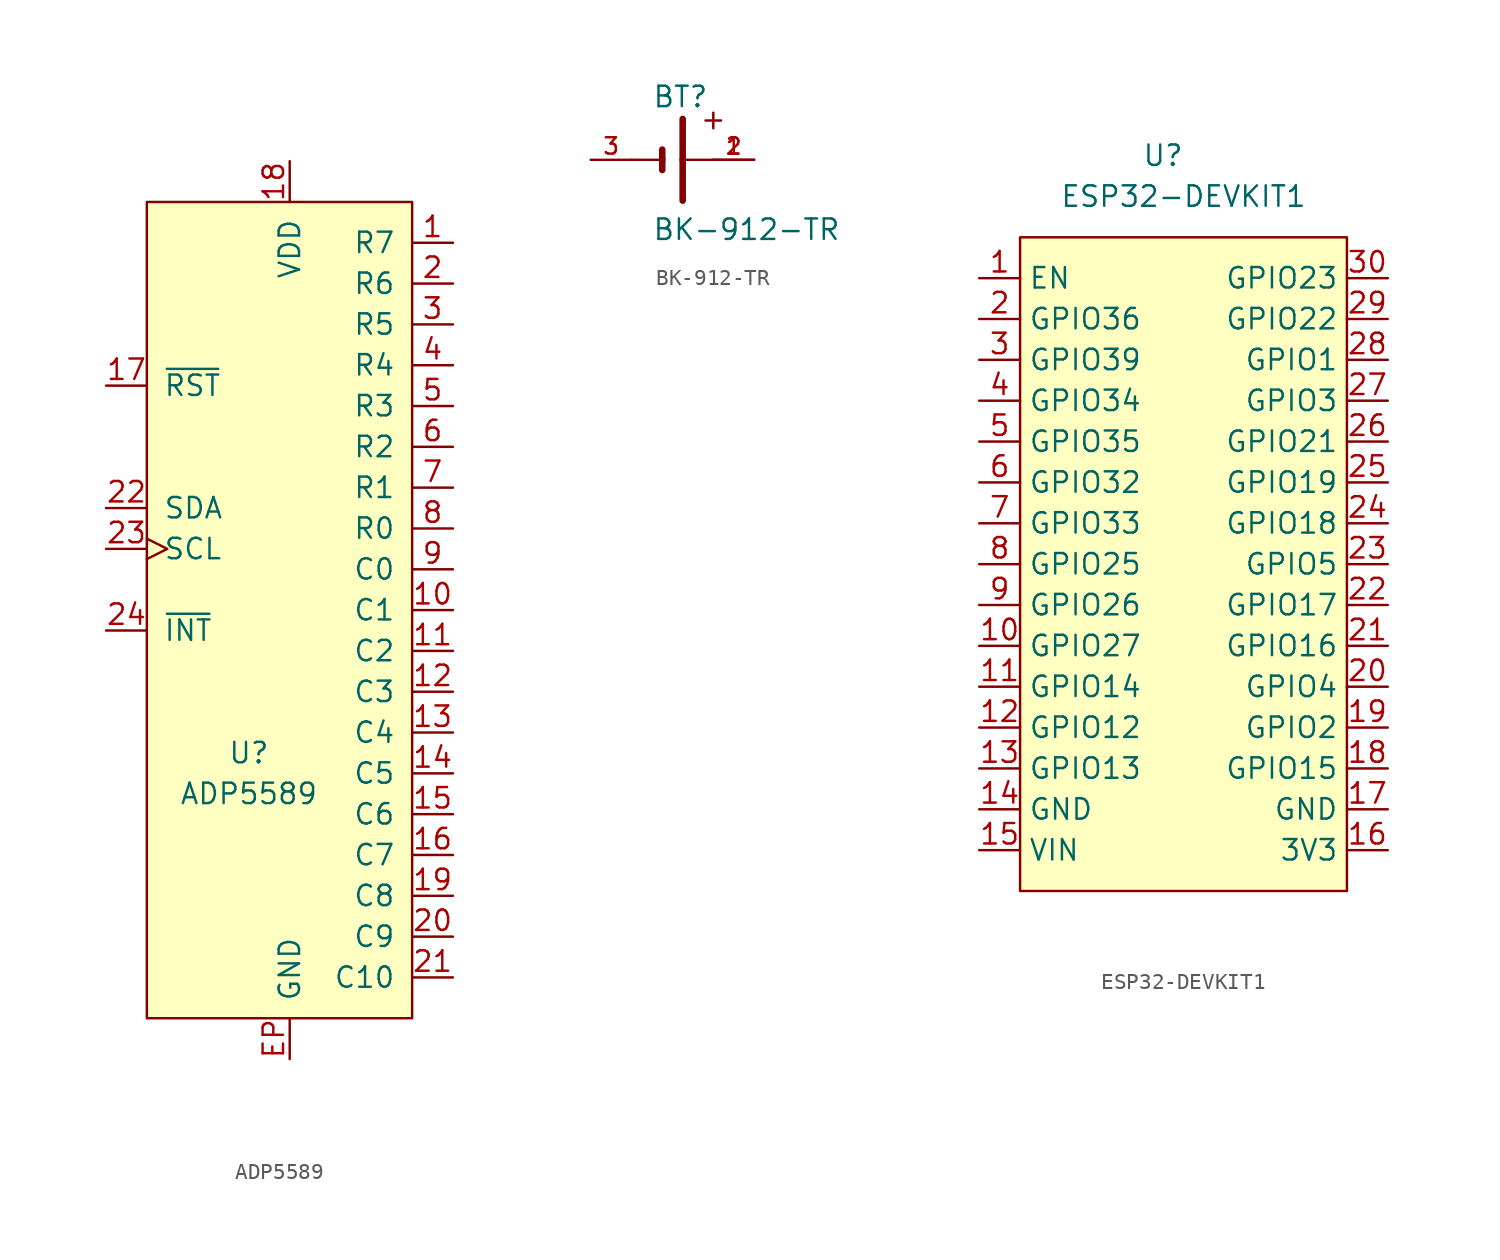
<source format=kicad_sym>
(kicad_symbol_lib
  (version 20211014)
  (generator kicad_symbol_editor)
  (symbol "ADP5589"
    (pin_names
      (offset 1.016))
    (property "Reference" "U"
      (at -2.54 -8.89 0)
      (effects (font (size 1.27 1.27))))
    (property "Value" "ADP5589"
      (at -2.54 -11.43 0)
      (effects (font (size 1.27 1.27))))
    (symbol "ADP5589_0_1"
      (rectangle (start 7.62 25.4) (end -8.89 -25.4) (stroke (width 0) (type default) (color 0 0 0 0)) (fill (type background))))
    (symbol "ADP5589_1_1"
      (pin bidirectional line (at 10.16 22.86 180) (length 2.54) (name "R7" (effects (font (size 1.27 1.27)))) (number "1" (effects (font (size 1.27 1.27)))))
      (pin bidirectional line (at 10.16 0 180) (length 2.54) (name "C1" (effects (font (size 1.27 1.27)))) (number "10" (effects (font (size 1.27 1.27)))))
      (pin bidirectional line (at 10.16 -2.54 180) (length 2.54) (name "C2" (effects (font (size 1.27 1.27)))) (number "11" (effects (font (size 1.27 1.27)))))
      (pin bidirectional line (at 10.16 -5.08 180) (length 2.54) (name "C3" (effects (font (size 1.27 1.27)))) (number "12" (effects (font (size 1.27 1.27)))))
      (pin bidirectional line (at 10.16 -7.62 180) (length 2.54) (name "C4" (effects (font (size 1.27 1.27)))) (number "13" (effects (font (size 1.27 1.27)))))
      (pin bidirectional line (at 10.16 -10.16 180) (length 2.54) (name "C5" (effects (font (size 1.27 1.27)))) (number "14" (effects (font (size 1.27 1.27)))))
      (pin bidirectional line (at 10.16 -12.7 180) (length 2.54) (name "C6" (effects (font (size 1.27 1.27)))) (number "15" (effects (font (size 1.27 1.27)))))
      (pin bidirectional line (at 10.16 -15.24 180) (length 2.54) (name "C7" (effects (font (size 1.27 1.27)))) (number "16" (effects (font (size 1.27 1.27)))))
      (pin input line (at -11.43 13.97 0) (length 2.54) (name "~{RST}" (effects (font (size 1.27 1.27)))) (number "17" (effects (font (size 1.27 1.27)))))
      (pin power_in line (at 0 27.94 270) (length 2.54) (name "VDD" (effects (font (size 1.27 1.27)))) (number "18" (effects (font (size 1.27 1.27)))))
      (pin bidirectional line (at 10.16 -17.78 180) (length 2.54) (name "C8" (effects (font (size 1.27 1.27)))) (number "19" (effects (font (size 1.27 1.27)))))
      (pin bidirectional line (at 10.16 20.32 180) (length 2.54) (name "R6" (effects (font (size 1.27 1.27)))) (number "2" (effects (font (size 1.27 1.27)))))
      (pin bidirectional line (at 10.16 -20.32 180) (length 2.54) (name "C9" (effects (font (size 1.27 1.27)))) (number "20" (effects (font (size 1.27 1.27)))))
      (pin bidirectional line (at 10.16 -22.86 180) (length 2.54) (name "C10" (effects (font (size 1.27 1.27)))) (number "21" (effects (font (size 1.27 1.27)))))
      (pin bidirectional line (at -11.43 6.35 0) (length 2.54) (name "SDA" (effects (font (size 1.27 1.27)))) (number "22" (effects (font (size 1.27 1.27)))))
      (pin input clock (at -11.43 3.81 0) (length 2.54) (name "SCL" (effects (font (size 1.27 1.27)))) (number "23" (effects (font (size 1.27 1.27)))))
      (pin output line (at -11.43 -1.27 0) (length 2.54) (name "~{INT}" (effects (font (size 1.27 1.27)))) (number "24" (effects (font (size 1.27 1.27)))))
      (pin bidirectional line (at 10.16 17.78 180) (length 2.54) (name "R5" (effects (font (size 1.27 1.27)))) (number "3" (effects (font (size 1.27 1.27)))))
      (pin bidirectional line (at 10.16 15.24 180) (length 2.54) (name "R4" (effects (font (size 1.27 1.27)))) (number "4" (effects (font (size 1.27 1.27)))))
      (pin bidirectional line (at 10.16 12.7 180) (length 2.54) (name "R3" (effects (font (size 1.27 1.27)))) (number "5" (effects (font (size 1.27 1.27)))))
      (pin bidirectional line (at 10.16 10.16 180) (length 2.54) (name "R2" (effects (font (size 1.27 1.27)))) (number "6" (effects (font (size 1.27 1.27)))))
      (pin bidirectional line (at 10.16 7.62 180) (length 2.54) (name "R1" (effects (font (size 1.27 1.27)))) (number "7" (effects (font (size 1.27 1.27)))))
      (pin bidirectional line (at 10.16 5.08 180) (length 2.54) (name "R0" (effects (font (size 1.27 1.27)))) (number "8" (effects (font (size 1.27 1.27)))))
      (pin bidirectional line (at 10.16 2.54 180) (length 2.54) (name "C0" (effects (font (size 1.27 1.27)))) (number "9" (effects (font (size 1.27 1.27)))))
      (pin power_in line (at 0 -27.94 90) (length 2.54) (name "GND" (effects (font (size 1.27 1.27)))) (number "EP" (effects (font (size 1.27 1.27)))))))
  (symbol "BK-912-TR"
    (pin_names
      (offset 1.016) hide)
    (property "Reference" "BT"
      (at -1.27 3.175 0)
      (effects (font (size 1.27 1.27)) (justify left bottom)))
    (property "Value" "BK-912-TR"
      (at -1.27 -5.08 0)
      (effects (font (size 1.27 1.27)) (justify left bottom)))
    (symbol "BK-912-TR_0_0"
      (polyline (pts (xy -2.54 0) (xy -0.635 0)) (stroke (width 0.152) (type default) (color 0 0 0 0)) (fill (type none)))
      (polyline (pts (xy -0.635 0) (xy -0.635 -0.635)) (stroke (width 0.406) (type default) (color 0 0 0 0)) (fill (type none)))
      (polyline (pts (xy -0.635 0.635) (xy -0.635 0)) (stroke (width 0.406) (type default) (color 0 0 0 0)) (fill (type none)))
      (polyline (pts (xy 0.635 0) (xy 0.635 -2.54)) (stroke (width 0.406) (type default) (color 0 0 0 0)) (fill (type none)))
      (polyline (pts (xy 0.635 0) (xy 2.54 0)) (stroke (width 0.152) (type default) (color 0 0 0 0)) (fill (type none)))
      (polyline (pts (xy 0.635 2.54) (xy 0.635 0)) (stroke (width 0.406) (type default) (color 0 0 0 0)) (fill (type none)))
      (text "+" (at 2.54 2.54 0) (effects (font (size 1.27 1.27))))
      (pin passive line (at 5.08 0 180) (length 2.54) (name "~" (effects (font (size 1.016 1.016)))) (number "1" (effects (font (size 1.016 1.016)))))
      (pin passive line (at 5.08 0 180) (length 2.54) (name "~" (effects (font (size 1.016 1.016)))) (number "2" (effects (font (size 1.016 1.016)))))
      (pin passive line (at -5.08 0 0) (length 2.54) (name "~" (effects (font (size 1.016 1.016)))) (number "3" (effects (font (size 1.016 1.016)))))))
  (symbol "ESP32-DEVKIT1"
    (property "Reference" "U"
      (at -1.27 22.86 0)
      (effects (font (size 1.27 1.27))))
    (property "Value" "ESP32-DEVKIT1"
      (at 0 20.32 0)
      (effects (font (size 1.27 1.27))))
    (symbol "ESP32-DEVKIT1_0_0"
      (pin bidirectional line (at -12.7 -7.62 0) (length 2.54) (name "GPIO27" (effects (font (size 1.27 1.27)))) (number "10" (effects (font (size 1.27 1.27)))))
      (pin bidirectional line (at -12.7 -10.16 0) (length 2.54) (name "GPIO14" (effects (font (size 1.27 1.27)))) (number "11" (effects (font (size 1.27 1.27)))))
      (pin bidirectional line (at -12.7 -12.7 0) (length 2.54) (name "GPIO12" (effects (font (size 1.27 1.27)))) (number "12" (effects (font (size 1.27 1.27)))))
      (pin bidirectional line (at -12.7 -15.24 0) (length 2.54) (name "GPIO13" (effects (font (size 1.27 1.27)))) (number "13" (effects (font (size 1.27 1.27)))))
      (pin power_in line (at -12.7 -17.78 0) (length 2.54) (name "GND" (effects (font (size 1.27 1.27)))) (number "14" (effects (font (size 1.27 1.27)))))
      (pin power_in line (at -12.7 -20.32 0) (length 2.54) (name "VIN" (effects (font (size 1.27 1.27)))) (number "15" (effects (font (size 1.27 1.27)))))
      (pin power_out line (at 12.7 -20.32 180) (length 2.54) (name "3V3" (effects (font (size 1.27 1.27)))) (number "16" (effects (font (size 1.27 1.27)))))
      (pin power_in line (at 12.7 -17.78 180) (length 2.54) (name "GND" (effects (font (size 1.27 1.27)))) (number "17" (effects (font (size 1.27 1.27)))))
      (pin bidirectional line (at 12.7 -15.24 180) (length 2.54) (name "GPIO15" (effects (font (size 1.27 1.27)))) (number "18" (effects (font (size 1.27 1.27)))))
      (pin bidirectional line (at 12.7 -12.7 180) (length 2.54) (name "GPIO2" (effects (font (size 1.27 1.27)))) (number "19" (effects (font (size 1.27 1.27)))))
      (pin bidirectional line (at -12.7 12.7 0) (length 2.54) (name "GPIO36" (effects (font (size 1.27 1.27)))) (number "2" (effects (font (size 1.27 1.27)))))
      (pin bidirectional line (at 12.7 -10.16 180) (length 2.54) (name "GPIO4" (effects (font (size 1.27 1.27)))) (number "20" (effects (font (size 1.27 1.27)))))
      (pin bidirectional line (at 12.7 -7.62 180) (length 2.54) (name "GPIO16" (effects (font (size 1.27 1.27)))) (number "21" (effects (font (size 1.27 1.27)))))
      (pin bidirectional line (at 12.7 -5.08 180) (length 2.54) (name "GPIO17" (effects (font (size 1.27 1.27)))) (number "22" (effects (font (size 1.27 1.27)))))
      (pin bidirectional line (at 12.7 -2.54 180) (length 2.54) (name "GPIO5" (effects (font (size 1.27 1.27)))) (number "23" (effects (font (size 1.27 1.27)))))
      (pin bidirectional line (at 12.7 0 180) (length 2.54) (name "GPIO18" (effects (font (size 1.27 1.27)))) (number "24" (effects (font (size 1.27 1.27)))))
      (pin bidirectional line (at 12.7 2.54 180) (length 2.54) (name "GPIO19" (effects (font (size 1.27 1.27)))) (number "25" (effects (font (size 1.27 1.27)))))
      (pin bidirectional line (at 12.7 5.08 180) (length 2.54) (name "GPIO21" (effects (font (size 1.27 1.27)))) (number "26" (effects (font (size 1.27 1.27)))))
      (pin bidirectional line (at 12.7 7.62 180) (length 2.54) (name "GPIO3" (effects (font (size 1.27 1.27)))) (number "27" (effects (font (size 1.27 1.27)))))
      (pin bidirectional line (at 12.7 10.16 180) (length 2.54) (name "GPIO1" (effects (font (size 1.27 1.27)))) (number "28" (effects (font (size 1.27 1.27)))))
      (pin bidirectional line (at 12.7 12.7 180) (length 2.54) (name "GPIO22" (effects (font (size 1.27 1.27)))) (number "29" (effects (font (size 1.27 1.27)))))
      (pin bidirectional line (at -12.7 10.16 0) (length 2.54) (name "GPIO39" (effects (font (size 1.27 1.27)))) (number "3" (effects (font (size 1.27 1.27)))))
      (pin bidirectional line (at 12.7 15.24 180) (length 2.54) (name "GPIO23" (effects (font (size 1.27 1.27)))) (number "30" (effects (font (size 1.27 1.27)))))
      (pin input line (at -12.7 7.62 0) (length 2.54) (name "GPIO34" (effects (font (size 1.27 1.27)))) (number "4" (effects (font (size 1.27 1.27)))))
      (pin input line (at -12.7 5.08 0) (length 2.54) (name "GPIO35" (effects (font (size 1.27 1.27)))) (number "5" (effects (font (size 1.27 1.27)))))
      (pin bidirectional line (at -12.7 2.54 0) (length 2.54) (name "GPIO32" (effects (font (size 1.27 1.27)))) (number "6" (effects (font (size 1.27 1.27)))))
      (pin bidirectional line (at -12.7 0 0) (length 2.54) (name "GPIO33" (effects (font (size 1.27 1.27)))) (number "7" (effects (font (size 1.27 1.27)))))
      (pin bidirectional line (at -12.7 -2.54 0) (length 2.54) (name "GPIO25" (effects (font (size 1.27 1.27)))) (number "8" (effects (font (size 1.27 1.27)))))
      (pin bidirectional line (at -12.7 -5.08 0) (length 2.54) (name "GPIO26" (effects (font (size 1.27 1.27)))) (number "9" (effects (font (size 1.27 1.27))))))
    (symbol "ESP32-DEVKIT1_0_1"
      (rectangle (start -10.16 17.78) (end 10.16 -22.86) (stroke (width 0) (type default) (color 0 0 0 0)) (fill (type background))))
    (symbol "ESP32-DEVKIT1_1_1"
      (pin input line (at -12.7 15.24 0) (length 2.54) (name "EN" (effects (font (size 1.27 1.27)))) (number "1" (effects (font (size 1.27 1.27))))))))
</source>
